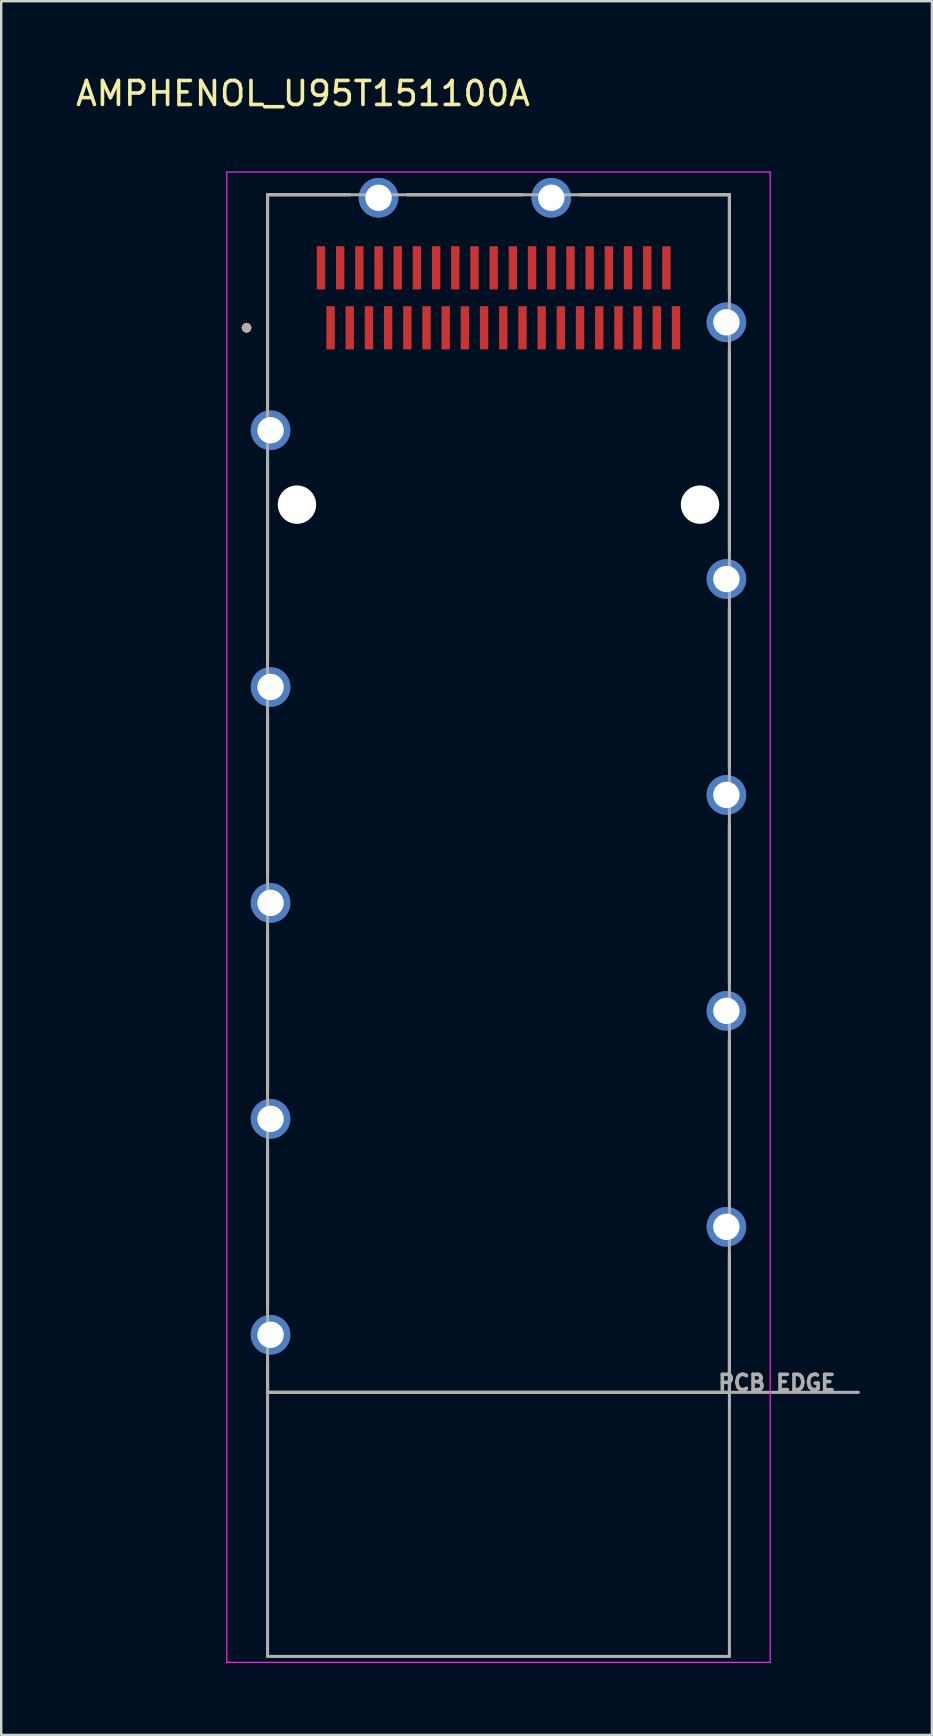
<source format=kicad_pcb>
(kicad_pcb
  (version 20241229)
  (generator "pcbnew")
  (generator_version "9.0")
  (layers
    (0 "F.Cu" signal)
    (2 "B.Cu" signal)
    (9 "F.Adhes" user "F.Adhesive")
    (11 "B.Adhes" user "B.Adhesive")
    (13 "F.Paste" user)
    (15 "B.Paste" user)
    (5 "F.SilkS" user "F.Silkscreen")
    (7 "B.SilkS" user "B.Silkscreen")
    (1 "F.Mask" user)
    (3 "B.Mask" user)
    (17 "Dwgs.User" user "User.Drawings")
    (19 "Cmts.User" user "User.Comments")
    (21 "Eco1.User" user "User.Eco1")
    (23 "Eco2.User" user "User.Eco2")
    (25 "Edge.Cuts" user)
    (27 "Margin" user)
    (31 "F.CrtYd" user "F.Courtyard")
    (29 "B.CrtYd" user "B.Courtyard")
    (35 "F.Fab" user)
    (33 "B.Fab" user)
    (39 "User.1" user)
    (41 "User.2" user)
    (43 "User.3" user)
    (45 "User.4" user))
  (footprint "AMPHENOL_U95T151100A"
    (layer "F.Cu")
    (at 17.727 17.983)
    (property "Reference" "AMPHENOL_U95T151100A" (at -8.15 -17.135 0) (layer "F.SilkS") (effects (font (size 1 1) (thickness 0.15))))
    (attr smd)
    (fp_line (start -9.625 -12.915) (end -6.2 -12.915) (stroke (width 0.127) (type solid)) (layer "F.SilkS"))
    (fp_line (start -9.625 -4.3) (end -9.625 -12.915) (stroke (width 0.127) (type solid)) (layer "F.SilkS"))
    (fp_line (start -9.625 -1.9) (end -9.625 6.4) (stroke (width 0.127) (type solid)) (layer "F.SilkS"))
    (fp_line (start -9.625 8.8) (end -9.625 15.4) (stroke (width 0.127) (type solid)) (layer "F.SilkS"))
    (fp_line (start -9.625 17.8) (end -9.625 24.4) (stroke (width 0.127) (type solid)) (layer "F.SilkS"))
    (fp_line (start -9.625 26.8) (end -9.625 33.4) (stroke (width 0.127) (type solid)) (layer "F.SilkS"))
    (fp_line (start -9.625 35.745) (end -9.625 37) (stroke (width 0.127) (type solid)) (layer "F.SilkS"))
    (fp_line (start -9.625 37) (end 9.625 37) (stroke (width 0.127) (type solid)) (layer "F.SilkS"))
    (fp_line (start -3.8 -12.915) (end 1 -12.915) (stroke (width 0.127) (type solid)) (layer "F.SilkS"))
    (fp_line (start 3.4 -12.915) (end 9.625 -12.915) (stroke (width 0.127) (type solid)) (layer "F.SilkS"))
    (fp_line (start 9.625 -12.915) (end 9.625 -8.8) (stroke (width 0.127) (type solid)) (layer "F.SilkS"))
    (fp_line (start 9.625 -6.4) (end 9.625 1.9) (stroke (width 0.127) (type solid)) (layer "F.SilkS"))
    (fp_line (start 9.625 4.3) (end 9.625 10.955) (stroke (width 0.127) (type solid)) (layer "F.SilkS"))
    (fp_line (start 9.625 13.3) (end 9.625 19.9) (stroke (width 0.127) (type solid)) (layer "F.SilkS"))
    (fp_line (start 9.625 22.3) (end 9.625 28.9) (stroke (width 0.127) (type solid)) (layer "F.SilkS"))
    (fp_line (start 9.625 37) (end 9.625 31.25) (stroke (width 0.127) (type solid)) (layer "F.SilkS"))
    (fp_circle (center -10.5 -7.37) (end -10.4 -7.37) (stroke (width 0.2) (type solid)) (fill no) (layer "F.SilkS"))
    (fp_line (start -11.325 -13.865) (end 11.325 -13.865) (stroke (width 0.05) (type solid)) (layer "F.CrtYd"))
    (fp_line (start -11.325 48.255) (end -11.325 -13.865) (stroke (width 0.05) (type solid)) (layer "F.CrtYd"))
    (fp_line (start 11.325 -13.865) (end 11.325 48.255) (stroke (width 0.05) (type solid)) (layer "F.CrtYd"))
    (fp_line (start 11.325 48.255) (end -11.325 48.255) (stroke (width 0.05) (type solid)) (layer "F.CrtYd"))
    (fp_line (start -9.625 -12.915) (end -9.625 37) (stroke (width 0.127) (type solid)) (layer "F.Fab"))
    (fp_line (start -9.625 37) (end -9.625 48.005) (stroke (width 0.127) (type solid)) (layer "F.Fab"))
    (fp_line (start -9.625 37) (end 15 37) (stroke (width 0.127) (type solid)) (layer "F.Fab"))
    (fp_line (start -9.625 48.005) (end 9.625 48.005) (stroke (width 0.127) (type solid)) (layer "F.Fab"))
    (fp_line (start 9.625 -12.915) (end -9.625 -12.915) (stroke (width 0.127) (type solid)) (layer "F.Fab"))
    (fp_line (start 9.625 48.005) (end 9.625 -12.915) (stroke (width 0.127) (type solid)) (layer "F.Fab"))
    (fp_circle (center -10.5 -7.37) (end -10.4 -7.37) (stroke (width 0.2) (type solid)) (fill no) (layer "F.Fab"))
    (fp_text user "PCB EDGE" (at 11.6 36.6 0) (layer "F.Fab") (effects (font (size 0.64 0.64) (thickness 0.15))))
    (pad "" np_thru_hole circle (at -8.4 0) (size 1.6 1.6) (drill 1.6) (layers "*.Cu" "*.Mask"))
    (pad "" np_thru_hole circle (at 8.4 0) (size 1.6 1.6) (drill 1.6) (layers "*.Cu" "*.Mask"))
    (pad "1" smd rect (at -7 -7.37) (size 0.35 1.8) (layers "F.Cu" "F.Mask" "F.Paste"))
    (pad "2" smd rect (at -6.2 -7.37) (size 0.35 1.8) (layers "F.Cu" "F.Mask" "F.Paste"))
    (pad "3" smd rect (at -5.4 -7.37) (size 0.35 1.8) (layers "F.Cu" "F.Mask" "F.Paste"))
    (pad "4" smd rect (at -4.6 -7.37) (size 0.35 1.8) (layers "F.Cu" "F.Mask" "F.Paste"))
    (pad "5" smd rect (at -3.8 -7.37) (size 0.35 1.8) (layers "F.Cu" "F.Mask" "F.Paste"))
    (pad "6" smd rect (at -3 -7.37) (size 0.35 1.8) (layers "F.Cu" "F.Mask" "F.Paste"))
    (pad "7" smd rect (at -2.2 -7.37) (size 0.35 1.8) (layers "F.Cu" "F.Mask" "F.Paste"))
    (pad "8" smd rect (at -1.4 -7.37) (size 0.35 1.8) (layers "F.Cu" "F.Mask" "F.Paste"))
    (pad "9" smd rect (at -0.6 -7.37) (size 0.35 1.8) (layers "F.Cu" "F.Mask" "F.Paste"))
    (pad "10" smd rect (at 0.2 -7.37) (size 0.35 1.8) (layers "F.Cu" "F.Mask" "F.Paste"))
    (pad "11" smd rect (at 1 -7.37) (size 0.35 1.8) (layers "F.Cu" "F.Mask" "F.Paste"))
    (pad "12" smd rect (at 1.8 -7.37) (size 0.35 1.8) (layers "F.Cu" "F.Mask" "F.Paste"))
    (pad "13" smd rect (at 2.6 -7.37) (size 0.35 1.8) (layers "F.Cu" "F.Mask" "F.Paste"))
    (pad "14" smd rect (at 3.4 -7.37) (size 0.35 1.8) (layers "F.Cu" "F.Mask" "F.Paste"))
    (pad "15" smd rect (at 4.2 -7.37) (size 0.35 1.8) (layers "F.Cu" "F.Mask" "F.Paste"))
    (pad "16" smd rect (at 5 -7.37) (size 0.35 1.8) (layers "F.Cu" "F.Mask" "F.Paste"))
    (pad "17" smd rect (at 5.8 -7.37) (size 0.35 1.8) (layers "F.Cu" "F.Mask" "F.Paste"))
    (pad "18" smd rect (at 6.6 -7.37) (size 0.35 1.8) (layers "F.Cu" "F.Mask" "F.Paste"))
    (pad "19" smd rect (at 7.4 -7.37) (size 0.35 1.8) (layers "F.Cu" "F.Mask" "F.Paste"))
    (pad "20" smd rect (at 7 -9.87) (size 0.35 1.8) (layers "F.Cu" "F.Mask" "F.Paste"))
    (pad "21" smd rect (at 6.2 -9.87) (size 0.35 1.8) (layers "F.Cu" "F.Mask" "F.Paste"))
    (pad "22" smd rect (at 5.4 -9.87) (size 0.35 1.8) (layers "F.Cu" "F.Mask" "F.Paste"))
    (pad "23" smd rect (at 4.6 -9.87) (size 0.35 1.8) (layers "F.Cu" "F.Mask" "F.Paste"))
    (pad "24" smd rect (at 3.8 -9.87) (size 0.35 1.8) (layers "F.Cu" "F.Mask" "F.Paste"))
    (pad "25" smd rect (at 3 -9.87) (size 0.35 1.8) (layers "F.Cu" "F.Mask" "F.Paste"))
    (pad "26" smd rect (at 2.2 -9.87) (size 0.35 1.8) (layers "F.Cu" "F.Mask" "F.Paste"))
    (pad "27" smd rect (at 1.4 -9.87) (size 0.35 1.8) (layers "F.Cu" "F.Mask" "F.Paste"))
    (pad "28" smd rect (at 0.6 -9.87) (size 0.35 1.8) (layers "F.Cu" "F.Mask" "F.Paste"))
    (pad "29" smd rect (at -0.2 -9.87) (size 0.35 1.8) (layers "F.Cu" "F.Mask" "F.Paste"))
    (pad "30" smd rect (at -1 -9.87) (size 0.35 1.8) (layers "F.Cu" "F.Mask" "F.Paste"))
    (pad "31" smd rect (at -1.8 -9.87) (size 0.35 1.8) (layers "F.Cu" "F.Mask" "F.Paste"))
    (pad "32" smd rect (at -2.6 -9.87) (size 0.35 1.8) (layers "F.Cu" "F.Mask" "F.Paste"))
    (pad "33" smd rect (at -3.4 -9.87) (size 0.35 1.8) (layers "F.Cu" "F.Mask" "F.Paste"))
    (pad "34" smd rect (at -4.2 -9.87) (size 0.35 1.8) (layers "F.Cu" "F.Mask" "F.Paste"))
    (pad "35" smd rect (at -5 -9.87) (size 0.35 1.8) (layers "F.Cu" "F.Mask" "F.Paste"))
    (pad "36" smd rect (at -5.8 -9.87) (size 0.35 1.8) (layers "F.Cu" "F.Mask" "F.Paste"))
    (pad "37" smd rect (at -6.6 -9.87) (size 0.35 1.8) (layers "F.Cu" "F.Mask" "F.Paste"))
    (pad "38" smd rect (at -7.4 -9.87) (size 0.35 1.8) (layers "F.Cu" "F.Mask" "F.Paste"))
    (pad "G1" thru_hole circle (at -9.5 7.6) (size 1.65 1.65) (drill 1.1) (layers "*.Cu" "*.Mask"))
    (pad "G2" thru_hole circle (at -9.5 16.6) (size 1.65 1.65) (drill 1.1) (layers "*.Cu" "*.Mask"))
    (pad "G3" thru_hole circle (at -9.5 25.6) (size 1.65 1.65) (drill 1.1) (layers "*.Cu" "*.Mask"))
    (pad "G4" thru_hole circle (at -9.5 34.6) (size 1.65 1.65) (drill 1.1) (layers "*.Cu" "*.Mask"))
    (pad "G5" thru_hole circle (at 9.5 3.1) (size 1.65 1.65) (drill 1.1) (layers "*.Cu" "*.Mask"))
    (pad "G6" thru_hole circle (at 9.5 12.1) (size 1.65 1.65) (drill 1.1) (layers "*.Cu" "*.Mask"))
    (pad "G7" thru_hole circle (at 9.5 21.1) (size 1.65 1.65) (drill 1.1) (layers "*.Cu" "*.Mask"))
    (pad "G8" thru_hole circle (at 9.5 30.1) (size 1.65 1.65) (drill 1.1) (layers "*.Cu" "*.Mask"))
    (pad "G9" thru_hole circle (at 9.5 -7.6) (size 1.65 1.65) (drill 1.1) (layers "*.Cu" "*.Mask"))
    (pad "G10" thru_hole circle (at -9.5 -3.1) (size 1.65 1.65) (drill 1.1) (layers "*.Cu" "*.Mask"))
    (pad "G11" thru_hole circle (at 2.2 -12.79) (size 1.65 1.65) (drill 1.1) (layers "*.Cu" "*.Mask"))
    (pad "G12" thru_hole circle (at -5 -12.79) (size 1.65 1.65) (drill 1.1) (layers "*.Cu" "*.Mask"))
    (zone (net_name "") (layer "F.Cu") (hatch full 0.508) (connect_pads) (min_thickness 0.01) (filled_areas_thickness no) (keepout (tracks not_allowed) (vias not_allowed) (pads not_allowed) (copperpour not_allowed) (footprints allowed)) (placement (enabled no)) (fill) (polygon (pts (xy 9.627 4.493) (xy 9.627 6.793) (xy 8.127 6.793) (xy 8.127 19.673) (xy 10.217 19.673) (xy 10.217 21.483) (xy 25.237 21.483) (xy 25.237 19.673) (xy 27.327 19.673) (xy 27.327 6.793) (xy 25.827 6.793) (xy 25.827 4.493) (xy 28.802 4.493) (xy 28.802 54.983) (xy 6.652 54.983) (xy 6.652 4.493))))
    (zone (net_name "") (layers "F.Cu" "B.Cu") (hatch full 0.508) (connect_pads) (min_thickness 0.01) (filled_areas_thickness no) (keepout (tracks allowed) (vias not_allowed) (pads allowed) (copperpour allowed) (footprints allowed)) (placement (enabled no)) (fill) (polygon (pts (xy 9.627 4.493) (xy 9.627 6.793) (xy 8.127 6.793) (xy 8.127 19.673) (xy 10.217 19.673) (xy 10.217 21.483) (xy 25.237 21.483) (xy 25.237 19.673) (xy 27.327 19.673) (xy 27.327 6.793) (xy 25.827 6.793) (xy 25.827 4.493) (xy 28.802 4.493) (xy 28.802 54.983) (xy 6.652 54.983) (xy 6.652 4.493)))))
  (gr_rect
    (start -3 -3)
    (end 35.791 69.263)
    (stroke (width 0.1) (type default))
    (fill no)
    (layer "Edge.Cuts")))
</source>
